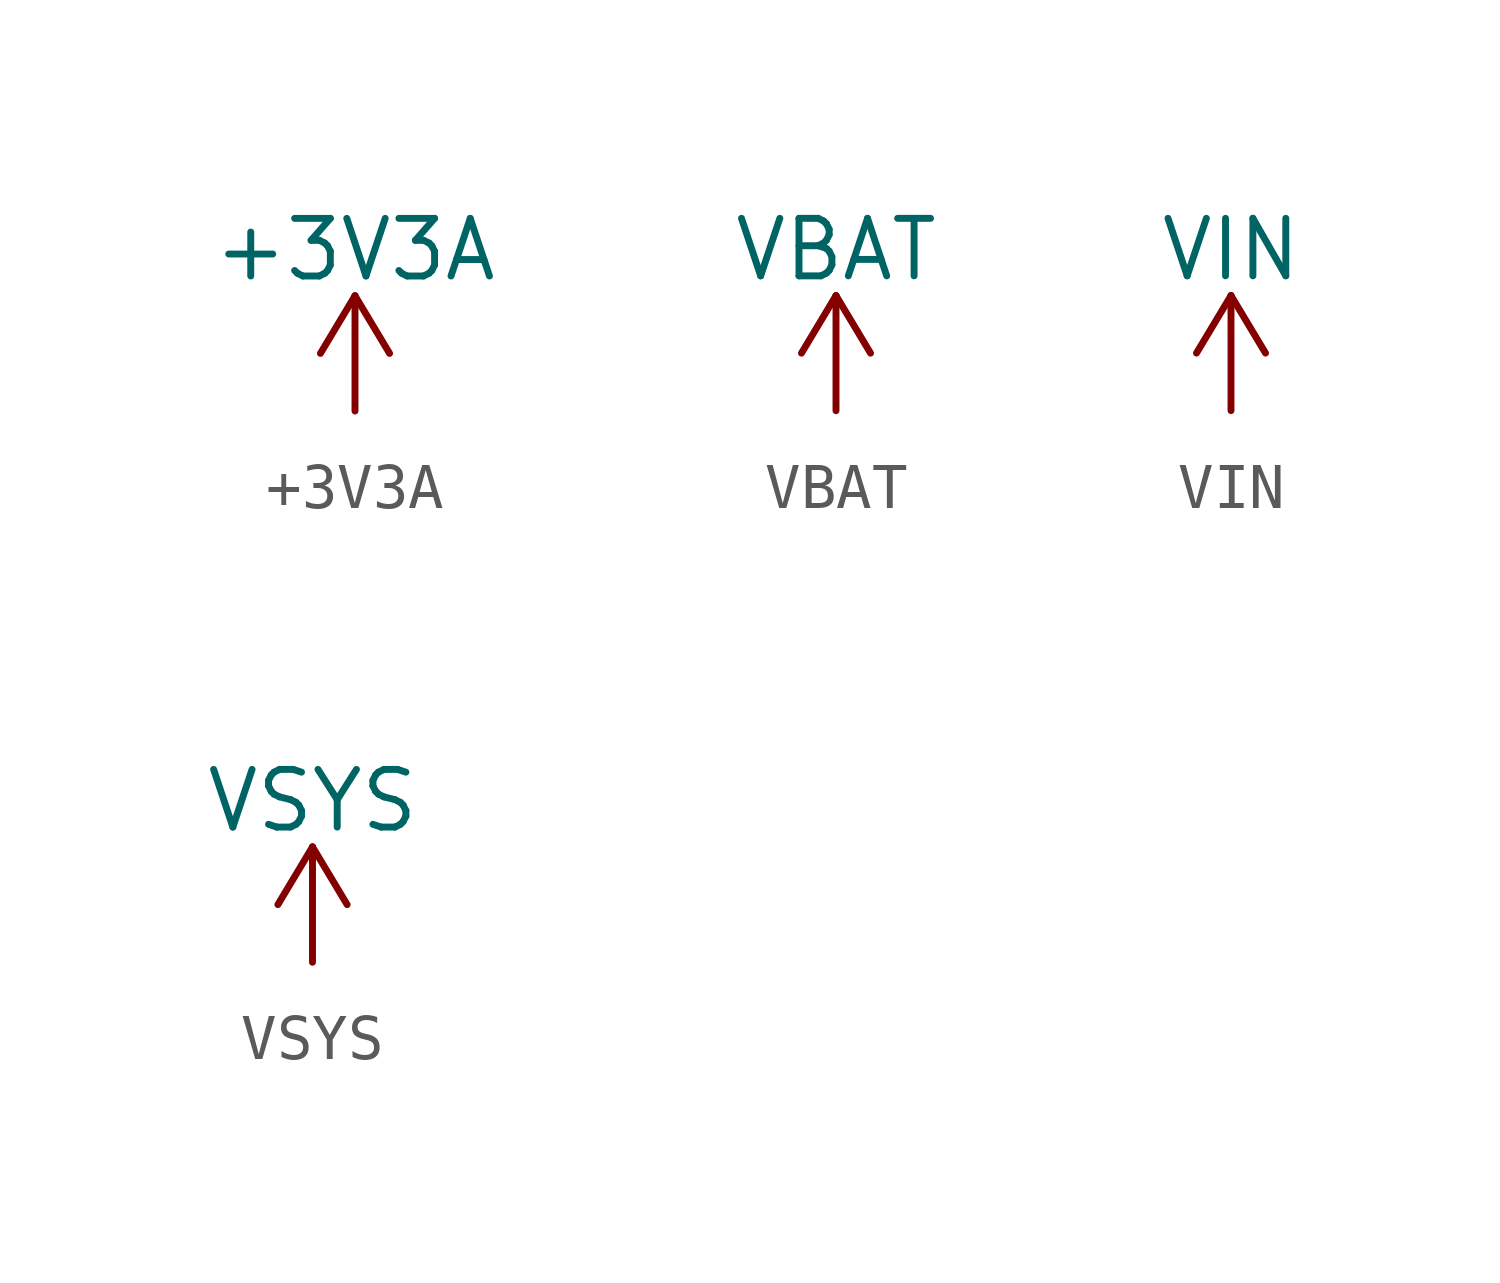
<source format=kicad_sym>
(kicad_symbol_lib
  (version 20241209)
  (generator "kicad_symbol_editor")
  (generator_version "9.0")
  (symbol "+3V3A"
    (power)
    (pin_names
      (offset 0))
    (property "Reference" "#PWR"
      (at 0 -3.81 0)
      (effects (font (size 1.27 1.27)) (hide yes)))
    (property "Value" "+3V3A"
      (at 0 3.556 0)
      (effects (font (size 1.27 1.27))))
    (symbol "+3V3A_0_1"
      (polyline (pts (xy -0.762 1.27) (xy 0 2.54)) (stroke (width 0) (type default)) (fill (type none)))
      (polyline (pts (xy 0 2.54) (xy 0.762 1.27)) (stroke (width 0) (type default)) (fill (type none)))
      (polyline (pts (xy 0 0) (xy 0 2.54)) (stroke (width 0) (type default)) (fill (type none))))
    (symbol "+3V3A_1_1"
      (pin power_in line (at 0 0 90) (length 0) (hide yes) (name "+3V3A" (effects (font (size 1.27 1.27)))) (number "1" (effects (font (size 1.27 1.27)))))))
  (symbol "VBAT"
    (power)
    (pin_names
      (offset 0))
    (property "Reference" "#PWR"
      (at 0 -3.81 0)
      (effects (font (size 1.27 1.27)) (hide yes)))
    (property "Value" "VBAT"
      (at 0 3.556 0)
      (effects (font (size 1.27 1.27))))
    (symbol "VBAT_0_1"
      (polyline (pts (xy -0.762 1.27) (xy 0 2.54)) (stroke (width 0) (type default)) (fill (type none)))
      (polyline (pts (xy 0 2.54) (xy 0.762 1.27)) (stroke (width 0) (type default)) (fill (type none)))
      (polyline (pts (xy 0 0) (xy 0 2.54)) (stroke (width 0) (type default)) (fill (type none))))
    (symbol "VBAT_1_1"
      (pin power_in line (at 0 0 90) (length 0) (hide yes) (name "VBAT" (effects (font (size 1.27 1.27)))) (number "1" (effects (font (size 1.27 1.27)))))))
  (symbol "VIN"
    (power)
    (pin_names
      (offset 0))
    (property "Reference" "#PWR"
      (at 0 -3.81 0)
      (effects (font (size 1.27 1.27)) (hide yes)))
    (property "Value" "VIN"
      (at 0 3.556 0)
      (effects (font (size 1.27 1.27))))
    (symbol "VIN_0_1"
      (polyline (pts (xy -0.762 1.27) (xy 0 2.54)) (stroke (width 0) (type default)) (fill (type none)))
      (polyline (pts (xy 0 2.54) (xy 0.762 1.27)) (stroke (width 0) (type default)) (fill (type none)))
      (polyline (pts (xy 0 0) (xy 0 2.54)) (stroke (width 0) (type default)) (fill (type none))))
    (symbol "VIN_1_1"
      (pin power_in line (at 0 0 90) (length 0) (hide yes) (name "VIN" (effects (font (size 1.27 1.27)))) (number "1" (effects (font (size 1.27 1.27)))))))
  (symbol "VSYS"
    (power)
    (pin_names
      (offset 0))
    (property "Reference" "#PWR"
      (at 0 -3.81 0)
      (effects (font (size 1.27 1.27)) (hide yes)))
    (property "Value" "VSYS"
      (at 0 3.556 0)
      (effects (font (size 1.27 1.27))))
    (symbol "VSYS_0_1"
      (polyline (pts (xy -0.762 1.27) (xy 0 2.54)) (stroke (width 0) (type default)) (fill (type none)))
      (polyline (pts (xy 0 2.54) (xy 0.762 1.27)) (stroke (width 0) (type default)) (fill (type none)))
      (polyline (pts (xy 0 0) (xy 0 2.54)) (stroke (width 0) (type default)) (fill (type none))))
    (symbol "VSYS_1_1"
      (pin power_in line (at 0 0 90) (length 0) (hide yes) (name "VSYS" (effects (font (size 1.27 1.27)))) (number "1" (effects (font (size 1.27 1.27))))))))
</source>
